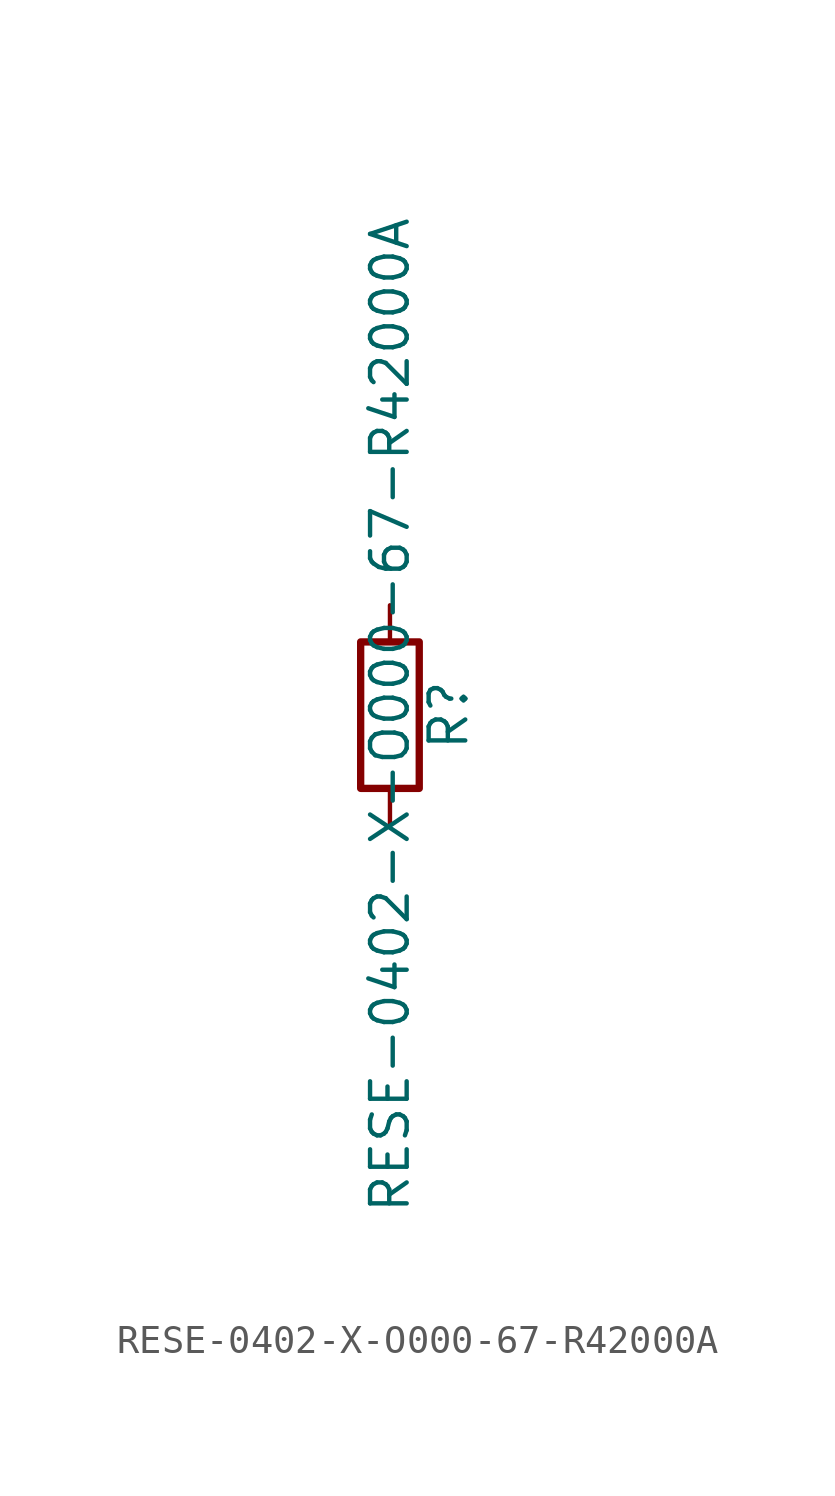
<source format=kicad_sym>
(kicad_symbol_lib
  (version 20211014)
  (generator kicad_symbol_editor)
  (symbol "RESE-0402-X-O000-67-R42000A"
    (pin_numbers hide)
    (pin_names
      (offset 0))
    (property "Reference" "R"
      (at 2.032 0 90)
      (effects (font (size 1.27 1.27))))
    (property "Value" "RESE-0402-X-O000-67-R42000A"
      (at 0 0 90)
      (effects (font (size 1.27 1.27))))
    (symbol "RESE-0402-X-O000-67-R42000A_0_1"
      (rectangle (start -1.016 -2.54) (end 1.016 2.54) (stroke (width 0.254) (type default) (color 0 0 0 0)) (fill (type none))))
    (symbol "RESE-0402-X-O000-67-R42000A_1_1"
      (pin passive line (at 0 3.81 270) (length 1.27) (name "~" (effects (font (size 1.27 1.27)))) (number "1" (effects (font (size 1.27 1.27)))))
      (pin passive line (at 0 -3.81 90) (length 1.27) (name "~" (effects (font (size 1.27 1.27)))) (number "2" (effects (font (size 1.27 1.27))))))))
</source>
